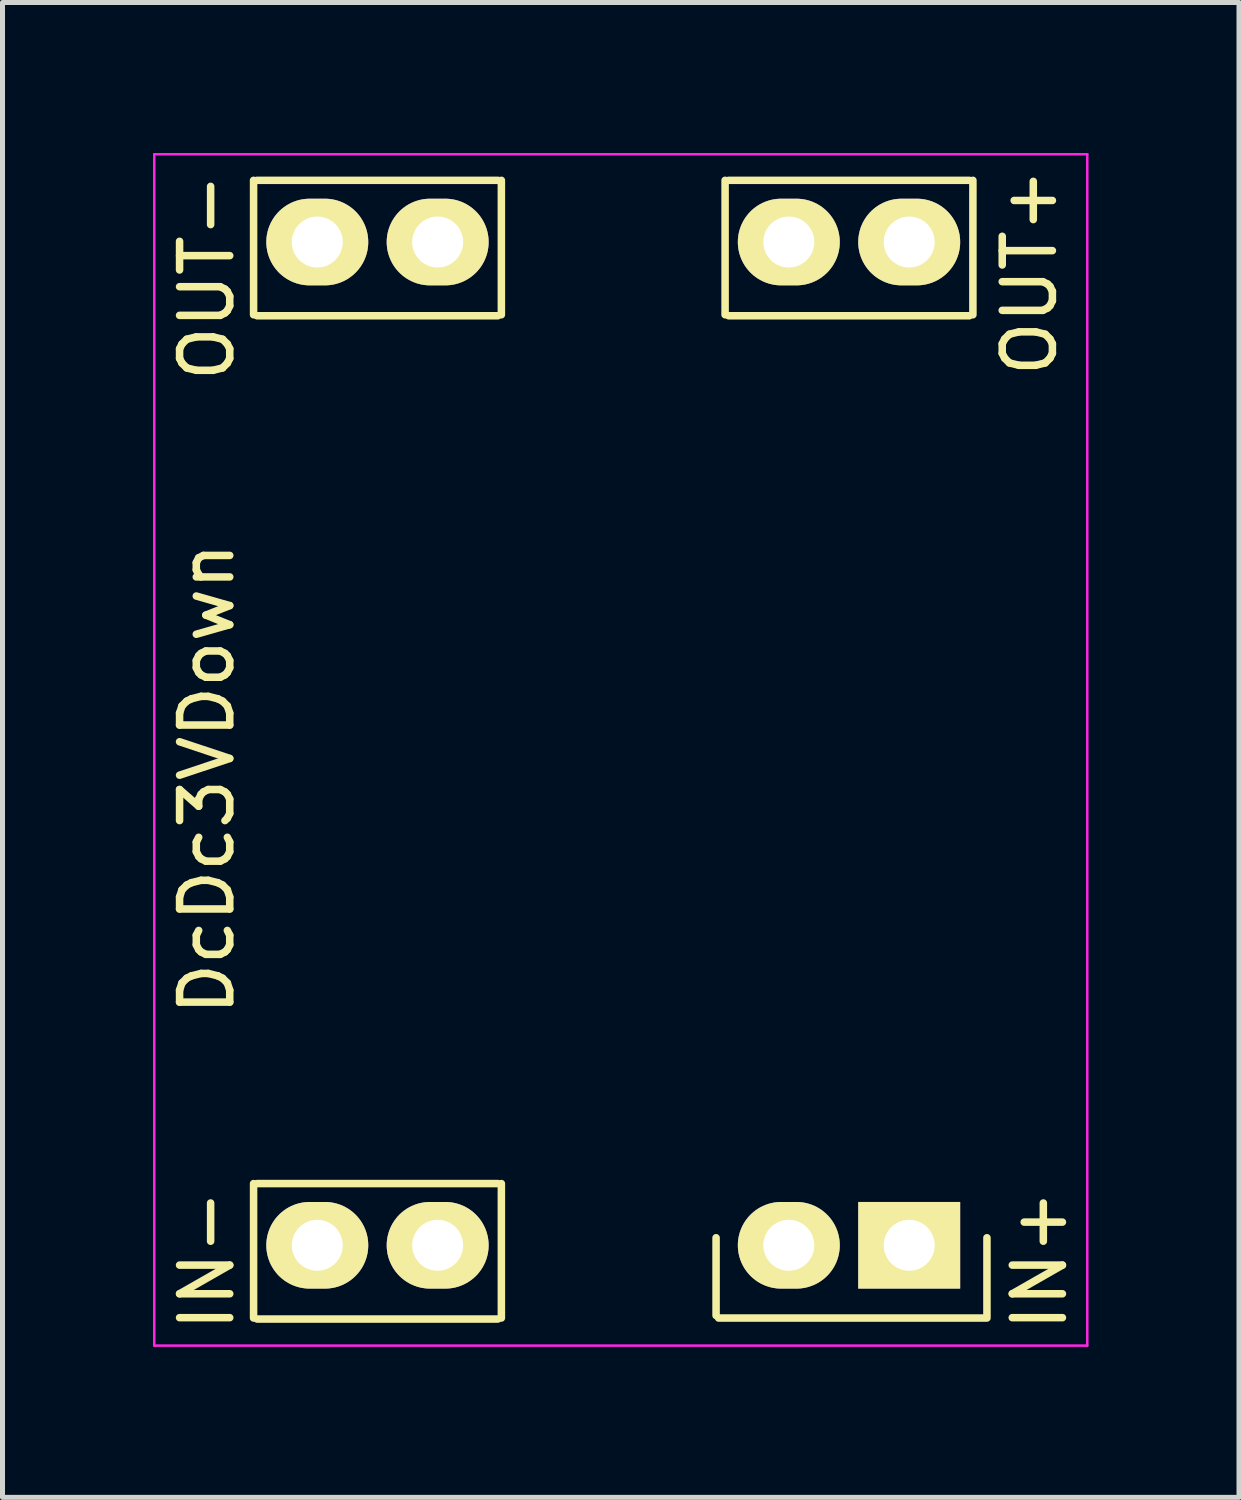
<source format=kicad_pcb>
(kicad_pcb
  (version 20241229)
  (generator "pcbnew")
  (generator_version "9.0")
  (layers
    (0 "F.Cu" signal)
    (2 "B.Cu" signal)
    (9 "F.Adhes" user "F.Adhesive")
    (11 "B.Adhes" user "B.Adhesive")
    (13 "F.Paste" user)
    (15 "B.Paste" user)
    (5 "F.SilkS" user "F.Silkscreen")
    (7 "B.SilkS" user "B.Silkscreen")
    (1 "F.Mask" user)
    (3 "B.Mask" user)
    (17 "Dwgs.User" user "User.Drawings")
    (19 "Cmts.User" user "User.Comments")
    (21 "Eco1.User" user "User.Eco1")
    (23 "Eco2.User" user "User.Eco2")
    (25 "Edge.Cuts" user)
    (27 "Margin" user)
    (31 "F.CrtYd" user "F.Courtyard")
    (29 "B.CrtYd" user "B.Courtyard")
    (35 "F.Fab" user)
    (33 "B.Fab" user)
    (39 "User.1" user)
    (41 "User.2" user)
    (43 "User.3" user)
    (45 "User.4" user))
  (footprint "DcDc3VDown"
    (layer "F.Cu")
    (at 9.275 1.475)
    (property "Reference" "DcDc3VDown" (at -8.2 11 90) (layer "F.SilkS") (effects (font (size 1 1) (thickness 0.15))))
    (attr through_hole)
    (fp_line (start -7.27 -0.93) (end -7.27 1.75) (stroke (width 0.15) (type solid)) (layer "F.SilkS"))
    (fp_line (start -7.27 19.07) (end -7.27 21.75) (stroke (width 0.15) (type solid)) (layer "F.SilkS"))
    (fp_line (start -7.2 -0.93) (end -2.4 -0.93) (stroke (width 0.15) (type solid)) (layer "F.SilkS"))
    (fp_line (start -7.2 1.77) (end -2.4 1.77) (stroke (width 0.15) (type solid)) (layer "F.SilkS"))
    (fp_line (start -7.2 19.07) (end -2.4 19.07) (stroke (width 0.15) (type solid)) (layer "F.SilkS"))
    (fp_line (start -7.2 21.77) (end -2.4 21.77) (stroke (width 0.15) (type solid)) (layer "F.SilkS"))
    (fp_line (start -2.33 1.75) (end -2.33 -0.93) (stroke (width 0.15) (type solid)) (layer "F.SilkS"))
    (fp_line (start -2.33 21.75) (end -2.33 19.07) (stroke (width 0.15) (type solid)) (layer "F.SilkS"))
    (fp_line (start 1.95 21.7) (end 1.95 20.15) (stroke (width 0.15) (type solid)) (layer "F.SilkS"))
    (fp_line (start 2 21.75) (end 7.35 21.75) (stroke (width 0.15) (type solid)) (layer "F.SilkS"))
    (fp_line (start 2.13 -0.93) (end 2.13 1.75) (stroke (width 0.15) (type solid)) (layer "F.SilkS"))
    (fp_line (start 2.2 -0.93) (end 7 -0.93) (stroke (width 0.15) (type solid)) (layer "F.SilkS"))
    (fp_line (start 2.2 1.77) (end 7 1.77) (stroke (width 0.15) (type solid)) (layer "F.SilkS"))
    (fp_line (start 7.07 1.75) (end 7.07 -0.93) (stroke (width 0.15) (type solid)) (layer "F.SilkS"))
    (fp_line (start 7.35 20.15) (end 7.35 21.7) (stroke (width 0.15) (type solid)) (layer "F.SilkS"))
    (fp_line (start -9.25 -1.45) (end -9.25 22.3) (stroke (width 0.05) (type solid)) (layer "F.CrtYd"))
    (fp_line (start -9.25 -1.45) (end 9.35 -1.45) (stroke (width 0.05) (type solid)) (layer "F.CrtYd"))
    (fp_line (start -9.25 22.3) (end 9.35 22.3) (stroke (width 0.05) (type solid)) (layer "F.CrtYd"))
    (fp_line (start 9.35 -1.45) (end 9.35 22.3) (stroke (width 0.05) (type solid)) (layer "F.CrtYd"))
    (fp_text user "OUT-" (at -8.2 1 90) (layer "F.SilkS") (effects (font (size 1 1) (thickness 0.15))))
    (fp_text user "IN+" (at 8.4 20.6 90) (layer "F.SilkS") (effects (font (size 1 1) (thickness 0.15))))
    (fp_text user "IN-" (at -8.2 20.6 90) (layer "F.SilkS") (effects (font (size 1 1) (thickness 0.15))))
    (fp_text user "OUT+" (at 8.2 0.9 90) (layer "F.SilkS") (effects (font (size 1 1) (thickness 0.15))))
    (pad "1" thru_hole oval (at 3.4 20.3) (size 2.032 1.727) (drill 1.016) (layers "*.Cu" "*.Mask" "F.SilkS"))
    (pad "1" thru_hole rect (at 5.8 20.3) (size 2.032 1.727) (drill 1.016) (layers "*.Cu" "*.Mask" "F.SilkS"))
    (pad "2" thru_hole oval (at -6 20.3) (size 2.032 1.727) (drill 1.016) (layers "*.Cu" "*.Mask" "F.SilkS"))
    (pad "2" thru_hole oval (at -3.6 20.3) (size 2.032 1.727) (drill 1.016) (layers "*.Cu" "*.Mask" "F.SilkS"))
    (pad "3" thru_hole oval (at 3.4 0.3) (size 2.032 1.727) (drill 1.016) (layers "*.Cu" "*.Mask" "F.SilkS"))
    (pad "3" thru_hole oval (at 5.8 0.3) (size 2.032 1.727) (drill 1.016) (layers "*.Cu" "*.Mask" "F.SilkS"))
    (pad "4" thru_hole oval (at -6 0.3) (size 2.032 1.727) (drill 1.016) (layers "*.Cu" "*.Mask" "F.SilkS"))
    (pad "4" thru_hole oval (at -3.6 0.3) (size 2.032 1.727) (drill 1.016) (layers "*.Cu" "*.Mask" "F.SilkS")))
  (gr_rect
    (start -3 -3)
    (end 21.65 26.8)
    (stroke (width 0.1) (type default))
    (fill no)
    (layer "Edge.Cuts")))
</source>
